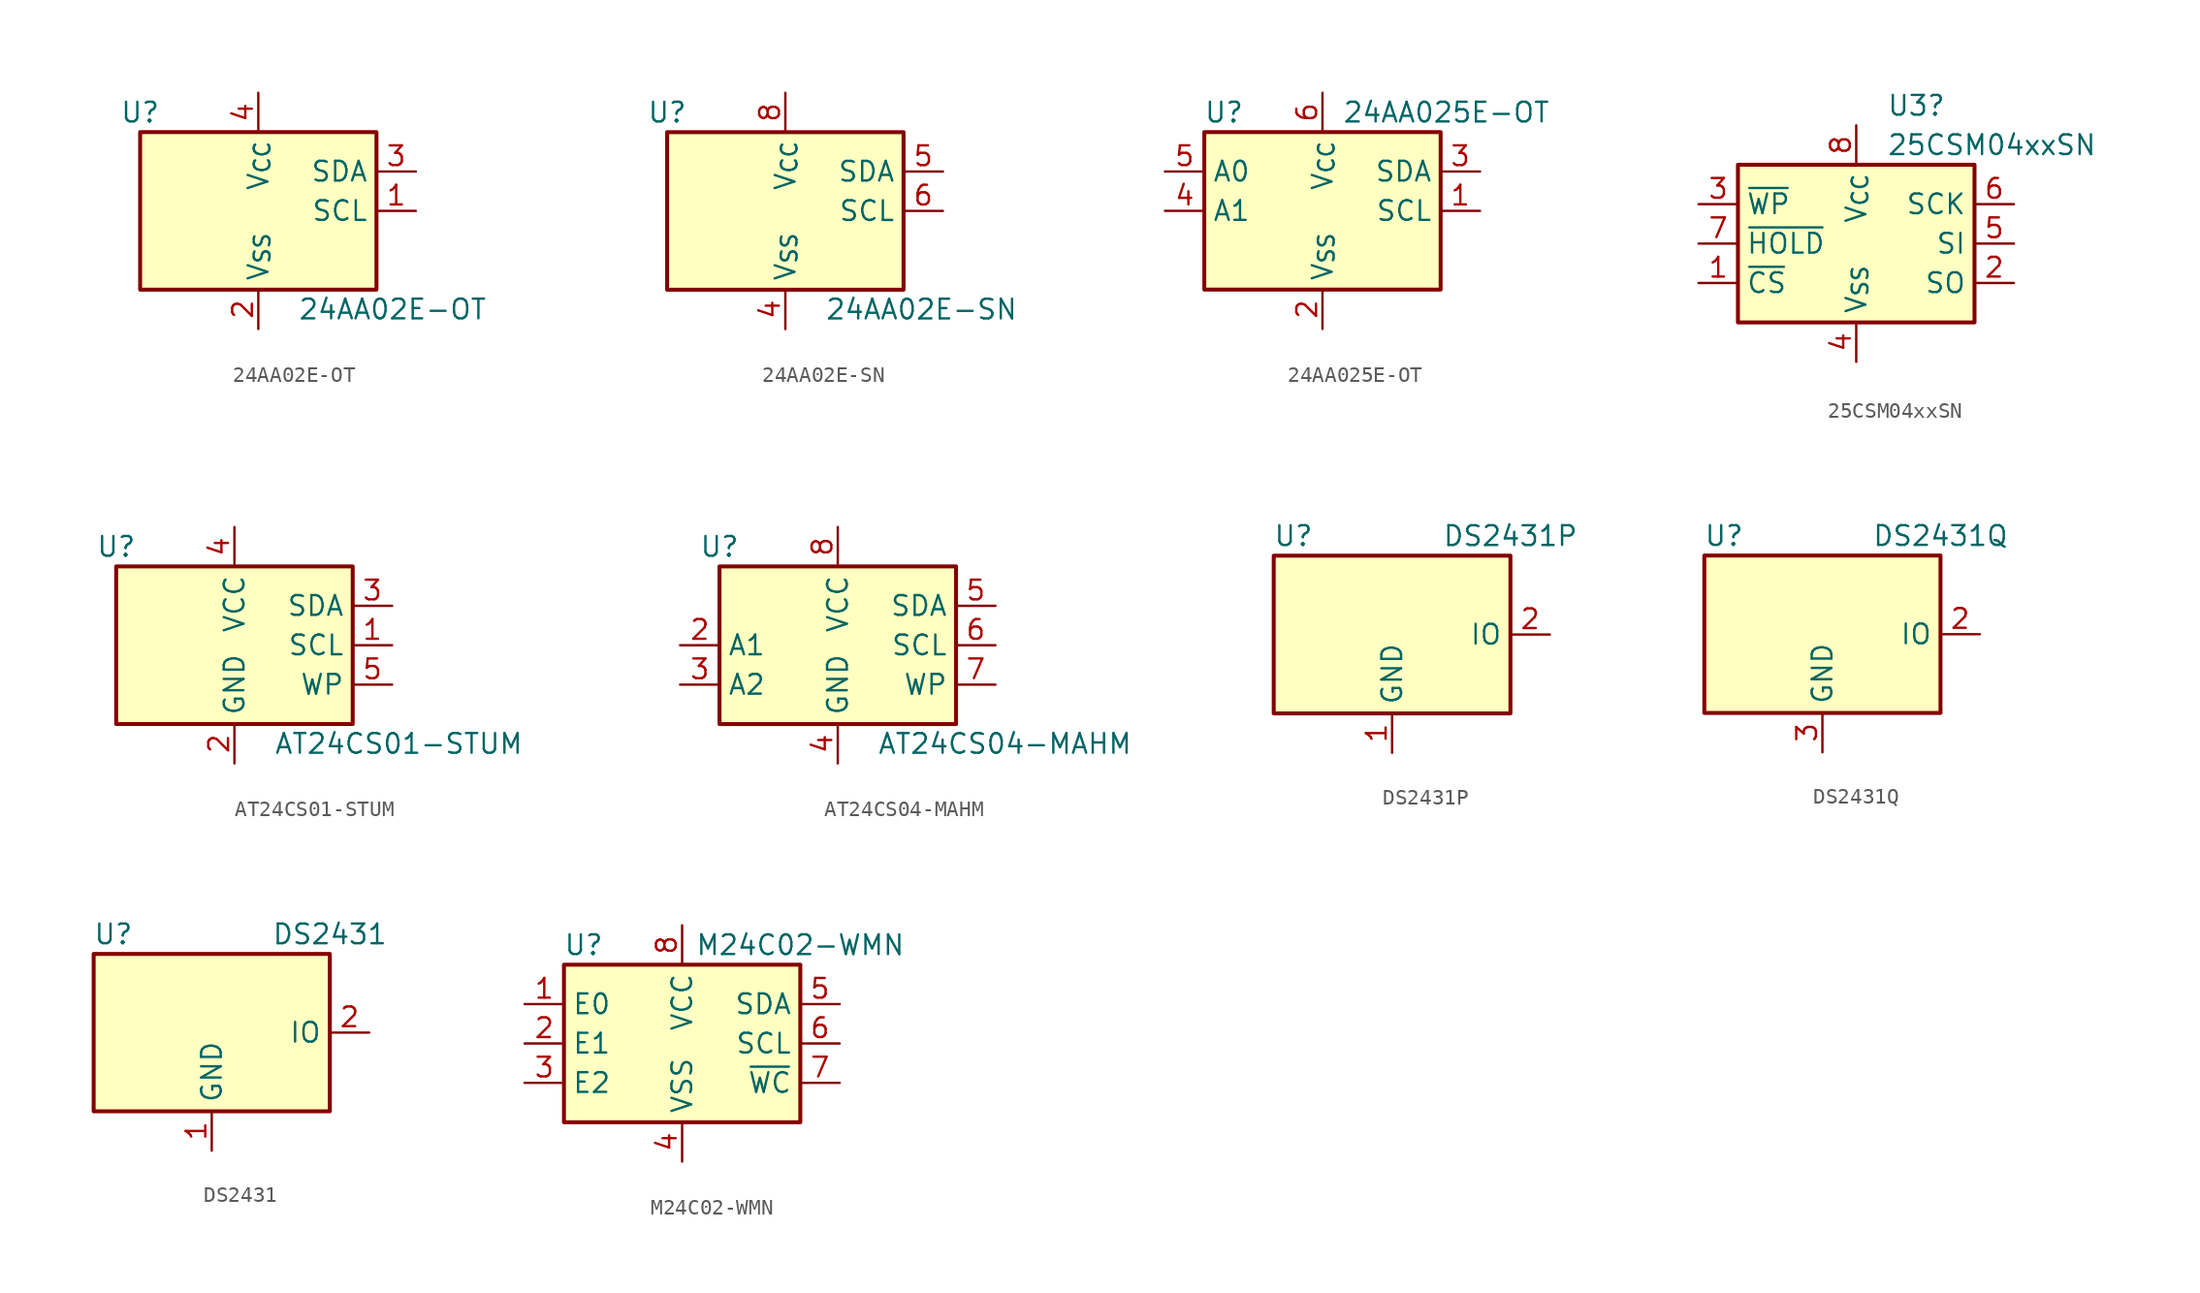
<source format=kicad_sym>
(kicad_symbol_lib
  (version 20231120)
  (generator "kicad_symbol_editor")
  (generator_version "8.0")
  (symbol "24AA02E-OT"
    (property "Reference" "U"
      (at -7.62 6.35 0)
      (effects (font (size 1.27 1.27))))
    (property "Value" "24AA02E-OT"
      (at 2.54 -6.35 0)
      (effects (font (size 1.27 1.27)) (justify left)))
    (symbol "24AA02E-OT_1_1"
      (rectangle (start -7.62 5.08) (end 7.62 -5.08) (stroke (width 0.254) (type default)) (fill (type background)))
      (pin input line (at 10.16 0 180) (length 2.54) (name "SCL" (effects (font (size 1.27 1.27)))) (number "1" (effects (font (size 1.27 1.27)))))
      (pin power_in line (at 0 -7.62 90) (length 2.54) (name "V_{SS}" (effects (font (size 1.27 1.27)))) (number "2" (effects (font (size 1.27 1.27)))))
      (pin bidirectional line (at 10.16 2.54 180) (length 2.54) (name "SDA" (effects (font (size 1.27 1.27)))) (number "3" (effects (font (size 1.27 1.27)))))
      (pin power_in line (at 0 7.62 270) (length 2.54) (name "V_{CC}" (effects (font (size 1.27 1.27)))) (number "4" (effects (font (size 1.27 1.27)))))
      (pin no_connect line (at -10.16 0 0) (length 2.54) hide (name "NC" (effects (font (size 1.27 1.27)))) (number "5" (effects (font (size 1.27 1.27)))))))
  (symbol "24AA02E-SN"
    (property "Reference" "U"
      (at -7.62 6.35 0)
      (effects (font (size 1.27 1.27))))
    (property "Value" "24AA02E-SN"
      (at 2.54 -6.35 0)
      (effects (font (size 1.27 1.27)) (justify left)))
    (symbol "24AA02E-SN_1_1"
      (rectangle (start -7.62 5.08) (end 7.62 -5.08) (stroke (width 0.254) (type default)) (fill (type background)))
      (pin no_connect line (at -10.16 2.54 0) (length 2.54) hide (name "NC" (effects (font (size 1.27 1.27)))) (number "1" (effects (font (size 1.27 1.27)))))
      (pin no_connect line (at -10.16 0 0) (length 2.54) hide (name "NC" (effects (font (size 1.27 1.27)))) (number "2" (effects (font (size 1.27 1.27)))))
      (pin no_connect line (at -10.16 -2.54 0) (length 2.54) hide (name "NC" (effects (font (size 1.27 1.27)))) (number "3" (effects (font (size 1.27 1.27)))))
      (pin power_in line (at 0 -7.62 90) (length 2.54) (name "V_{SS}" (effects (font (size 1.27 1.27)))) (number "4" (effects (font (size 1.27 1.27)))))
      (pin bidirectional line (at 10.16 2.54 180) (length 2.54) (name "SDA" (effects (font (size 1.27 1.27)))) (number "5" (effects (font (size 1.27 1.27)))))
      (pin input line (at 10.16 0 180) (length 2.54) (name "SCL" (effects (font (size 1.27 1.27)))) (number "6" (effects (font (size 1.27 1.27)))))
      (pin no_connect line (at 10.16 -2.54 180) (length 2.54) hide (name "NC" (effects (font (size 1.27 1.27)))) (number "7" (effects (font (size 1.27 1.27)))))
      (pin power_in line (at 0 7.62 270) (length 2.54) (name "V_{CC}" (effects (font (size 1.27 1.27)))) (number "8" (effects (font (size 1.27 1.27)))))))
  (symbol "24AA025E-OT"
    (property "Reference" "U"
      (at -6.35 6.35 0)
      (effects (font (size 1.27 1.27))))
    (property "Value" "24AA025E-OT"
      (at 1.27 6.35 0)
      (effects (font (size 1.27 1.27)) (justify left)))
    (symbol "24AA025E-OT_1_1"
      (rectangle (start -7.62 5.08) (end 7.62 -5.08) (stroke (width 0.254) (type default)) (fill (type background)))
      (pin input line (at 10.16 0 180) (length 2.54) (name "SCL" (effects (font (size 1.27 1.27)))) (number "1" (effects (font (size 1.27 1.27)))))
      (pin power_in line (at 0 -7.62 90) (length 2.54) (name "V_{SS}" (effects (font (size 1.27 1.27)))) (number "2" (effects (font (size 1.27 1.27)))))
      (pin bidirectional line (at 10.16 2.54 180) (length 2.54) (name "SDA" (effects (font (size 1.27 1.27)))) (number "3" (effects (font (size 1.27 1.27)))))
      (pin input line (at -10.16 0 0) (length 2.54) (name "A1" (effects (font (size 1.27 1.27)))) (number "4" (effects (font (size 1.27 1.27)))))
      (pin input line (at -10.16 2.54 0) (length 2.54) (name "A0" (effects (font (size 1.27 1.27)))) (number "5" (effects (font (size 1.27 1.27)))))
      (pin power_in line (at 0 7.62 270) (length 2.54) (name "V_{CC}" (effects (font (size 1.27 1.27)))) (number "6" (effects (font (size 1.27 1.27)))))))
  (symbol "25CSM04xxSN"
    (property "Reference" "U3"
      (at 1.956 8.89 0)
      (effects (font (size 1.27 1.27)) (justify left)))
    (property "Value" "25CSM04xxSN"
      (at 1.956 6.35 0)
      (effects (font (size 1.27 1.27)) (justify left)))
    (symbol "25CSM04xxSN_1_1"
      (rectangle (start -7.62 5.08) (end 7.62 -5.08) (stroke (width 0.254) (type default)) (fill (type background)))
      (pin input line (at -10.16 -2.54 0) (length 2.54) (name "~{CS}" (effects (font (size 1.27 1.27)))) (number "1" (effects (font (size 1.27 1.27)))))
      (pin tri_state line (at 10.16 -2.54 180) (length 2.54) (name "SO" (effects (font (size 1.27 1.27)))) (number "2" (effects (font (size 1.27 1.27)))))
      (pin input line (at -10.16 2.54 0) (length 2.54) (name "~{WP}" (effects (font (size 1.27 1.27)))) (number "3" (effects (font (size 1.27 1.27)))))
      (pin power_in line (at 0 -7.62 90) (length 2.54) (name "V_{SS}" (effects (font (size 1.27 1.27)))) (number "4" (effects (font (size 1.27 1.27)))))
      (pin input line (at 10.16 0 180) (length 2.54) (name "SI" (effects (font (size 1.27 1.27)))) (number "5" (effects (font (size 1.27 1.27)))))
      (pin input line (at 10.16 2.54 180) (length 2.54) (name "SCK" (effects (font (size 1.27 1.27)))) (number "6" (effects (font (size 1.27 1.27)))))
      (pin input line (at -10.16 0 0) (length 2.54) (name "~{HOLD}" (effects (font (size 1.27 1.27)))) (number "7" (effects (font (size 1.27 1.27)))))
      (pin power_in line (at 0 7.62 270) (length 2.54) (name "V_{CC}" (effects (font (size 1.27 1.27)))) (number "8" (effects (font (size 1.27 1.27)))))))
  (symbol "AT24CS01-STUM"
    (property "Reference" "U"
      (at -7.62 6.35 0)
      (effects (font (size 1.27 1.27))))
    (property "Value" "AT24CS01-STUM"
      (at 2.54 -6.35 0)
      (effects (font (size 1.27 1.27)) (justify left)))
    (symbol "AT24CS01-STUM_1_1"
      (rectangle (start -7.62 5.08) (end 7.62 -5.08) (stroke (width 0.254) (type default)) (fill (type background)))
      (pin input line (at 10.16 0 180) (length 2.54) (name "SCL" (effects (font (size 1.27 1.27)))) (number "1" (effects (font (size 1.27 1.27)))))
      (pin power_in line (at 0 -7.62 90) (length 2.54) (name "GND" (effects (font (size 1.27 1.27)))) (number "2" (effects (font (size 1.27 1.27)))))
      (pin bidirectional line (at 10.16 2.54 180) (length 2.54) (name "SDA" (effects (font (size 1.27 1.27)))) (number "3" (effects (font (size 1.27 1.27)))))
      (pin power_in line (at 0 7.62 270) (length 2.54) (name "VCC" (effects (font (size 1.27 1.27)))) (number "4" (effects (font (size 1.27 1.27)))))
      (pin input line (at 10.16 -2.54 180) (length 2.54) (name "WP" (effects (font (size 1.27 1.27)))) (number "5" (effects (font (size 1.27 1.27)))))))
  (symbol "AT24CS04-MAHM"
    (property "Reference" "U"
      (at -7.62 6.35 0)
      (effects (font (size 1.27 1.27))))
    (property "Value" "AT24CS04-MAHM"
      (at 2.54 -6.35 0)
      (effects (font (size 1.27 1.27)) (justify left)))
    (symbol "AT24CS04-MAHM_1_1"
      (rectangle (start -7.62 5.08) (end 7.62 -5.08) (stroke (width 0.254) (type default)) (fill (type background)))
      (pin no_connect line (at -7.62 2.54 0) (length 2.54) hide (name "NC" (effects (font (size 1.27 1.27)))) (number "1" (effects (font (size 1.27 1.27)))))
      (pin input line (at -10.16 0 0) (length 2.54) (name "A1" (effects (font (size 1.27 1.27)))) (number "2" (effects (font (size 1.27 1.27)))))
      (pin input line (at -10.16 -2.54 0) (length 2.54) (name "A2" (effects (font (size 1.27 1.27)))) (number "3" (effects (font (size 1.27 1.27)))))
      (pin power_in line (at 0 -7.62 90) (length 2.54) (name "GND" (effects (font (size 1.27 1.27)))) (number "4" (effects (font (size 1.27 1.27)))))
      (pin bidirectional line (at 10.16 2.54 180) (length 2.54) (name "SDA" (effects (font (size 1.27 1.27)))) (number "5" (effects (font (size 1.27 1.27)))))
      (pin input line (at 10.16 0 180) (length 2.54) (name "SCL" (effects (font (size 1.27 1.27)))) (number "6" (effects (font (size 1.27 1.27)))))
      (pin input line (at 10.16 -2.54 180) (length 2.54) (name "WP" (effects (font (size 1.27 1.27)))) (number "7" (effects (font (size 1.27 1.27)))))
      (pin power_in line (at 0 7.62 270) (length 2.54) (name "VCC" (effects (font (size 1.27 1.27)))) (number "8" (effects (font (size 1.27 1.27)))))
      (pin no_connect line (at -2.54 -5.08 90) (length 2.54) hide (name "NC" (effects (font (size 1.27 1.27)))) (number "9" (effects (font (size 1.27 1.27)))))))
  (symbol "DS2431P"
    (property "Reference" "U"
      (at -6.35 6.35 0)
      (effects (font (size 1.27 1.27))))
    (property "Value" "DS2431P"
      (at 7.62 6.35 0)
      (effects (font (size 1.27 1.27))))
    (symbol "DS2431P_1_1"
      (rectangle (start -7.62 5.08) (end 7.62 -5.08) (stroke (width 0.254) (type default)) (fill (type background)))
      (pin power_in line (at 0 -7.62 90) (length 2.54) (name "GND" (effects (font (size 1.27 1.27)))) (number "1" (effects (font (size 1.27 1.27)))))
      (pin bidirectional line (at 10.16 0 180) (length 2.54) (name "IO" (effects (font (size 1.27 1.27)))) (number "2" (effects (font (size 1.27 1.27)))))
      (pin no_connect line (at -7.62 0 0) (length 2.54) hide (name "NC" (effects (font (size 1.27 1.27)))) (number "3" (effects (font (size 1.27 1.27)))))
      (pin no_connect line (at -7.62 0 0) (length 2.54) hide (name "NC" (effects (font (size 1.27 1.27)))) (number "4" (effects (font (size 1.27 1.27)))))
      (pin no_connect line (at -7.62 0 0) (length 2.54) hide (name "NC" (effects (font (size 1.27 1.27)))) (number "5" (effects (font (size 1.27 1.27)))))
      (pin no_connect line (at -7.62 0 0) (length 2.54) hide (name "NC" (effects (font (size 1.27 1.27)))) (number "6" (effects (font (size 1.27 1.27)))))))
  (symbol "DS2431Q"
    (property "Reference" "U"
      (at -6.35 6.35 0)
      (effects (font (size 1.27 1.27))))
    (property "Value" "DS2431Q"
      (at 7.62 6.35 0)
      (effects (font (size 1.27 1.27))))
    (symbol "DS2431Q_1_1"
      (rectangle (start -7.62 5.08) (end 7.62 -5.08) (stroke (width 0.254) (type default)) (fill (type background)))
      (pin no_connect line (at -7.62 0 0) (length 2.54) hide (name "NC" (effects (font (size 1.27 1.27)))) (number "1" (effects (font (size 1.27 1.27)))))
      (pin bidirectional line (at 10.16 0 180) (length 2.54) (name "IO" (effects (font (size 1.27 1.27)))) (number "2" (effects (font (size 1.27 1.27)))))
      (pin power_in line (at 0 -7.62 90) (length 2.54) (name "GND" (effects (font (size 1.27 1.27)))) (number "3" (effects (font (size 1.27 1.27)))))
      (pin no_connect line (at -7.62 0 0) (length 2.54) hide (name "NC" (effects (font (size 1.27 1.27)))) (number "4" (effects (font (size 1.27 1.27)))))
      (pin no_connect line (at -7.62 0 0) (length 2.54) hide (name "NC" (effects (font (size 1.27 1.27)))) (number "5" (effects (font (size 1.27 1.27)))))
      (pin no_connect line (at -7.62 0 0) (length 2.54) hide (name "NC" (effects (font (size 1.27 1.27)))) (number "6" (effects (font (size 1.27 1.27)))))))
  (symbol "DS2431"
    (property "Reference" "U"
      (at -6.35 6.35 0)
      (effects (font (size 1.27 1.27))))
    (property "Value" "DS2431"
      (at 7.62 6.35 0)
      (effects (font (size 1.27 1.27))))
    (symbol "DS2431_1_1"
      (rectangle (start -7.62 5.08) (end 7.62 -5.08) (stroke (width 0.254) (type default)) (fill (type background)))
      (pin power_in line (at 0 -7.62 90) (length 2.54) (name "GND" (effects (font (size 1.27 1.27)))) (number "1" (effects (font (size 1.27 1.27)))))
      (pin bidirectional line (at 10.16 0 180) (length 2.54) (name "IO" (effects (font (size 1.27 1.27)))) (number "2" (effects (font (size 1.27 1.27)))))
      (pin no_connect line (at -7.62 0 0) (length 2.54) hide (name "NC" (effects (font (size 1.27 1.27)))) (number "3" (effects (font (size 1.27 1.27)))))))
  (symbol "M24C02-WMN"
    (property "Reference" "U"
      (at -6.35 6.35 0)
      (effects (font (size 1.27 1.27))))
    (property "Value" "M24C02-WMN"
      (at 7.62 6.35 0)
      (effects (font (size 1.27 1.27))))
    (symbol "M24C02-WMN_0_1"
      (rectangle (start -7.62 5.08) (end 7.62 -5.08) (stroke (width 0.254) (type default)) (fill (type background))))
    (symbol "M24C02-WMN_1_1"
      (pin input line (at -10.16 2.54 0) (length 2.54) (name "E0" (effects (font (size 1.27 1.27)))) (number "1" (effects (font (size 1.27 1.27)))))
      (pin input line (at -10.16 0 0) (length 2.54) (name "E1" (effects (font (size 1.27 1.27)))) (number "2" (effects (font (size 1.27 1.27)))))
      (pin input line (at -10.16 -2.54 0) (length 2.54) (name "E2" (effects (font (size 1.27 1.27)))) (number "3" (effects (font (size 1.27 1.27)))))
      (pin power_in line (at 0 -7.62 90) (length 2.54) (name "VSS" (effects (font (size 1.27 1.27)))) (number "4" (effects (font (size 1.27 1.27)))))
      (pin bidirectional line (at 10.16 2.54 180) (length 2.54) (name "SDA" (effects (font (size 1.27 1.27)))) (number "5" (effects (font (size 1.27 1.27)))))
      (pin input line (at 10.16 0 180) (length 2.54) (name "SCL" (effects (font (size 1.27 1.27)))) (number "6" (effects (font (size 1.27 1.27)))))
      (pin input line (at 10.16 -2.54 180) (length 2.54) (name "~{WC}" (effects (font (size 1.27 1.27)))) (number "7" (effects (font (size 1.27 1.27)))))
      (pin power_in line (at 0 7.62 270) (length 2.54) (name "VCC" (effects (font (size 1.27 1.27)))) (number "8" (effects (font (size 1.27 1.27))))))))
</source>
